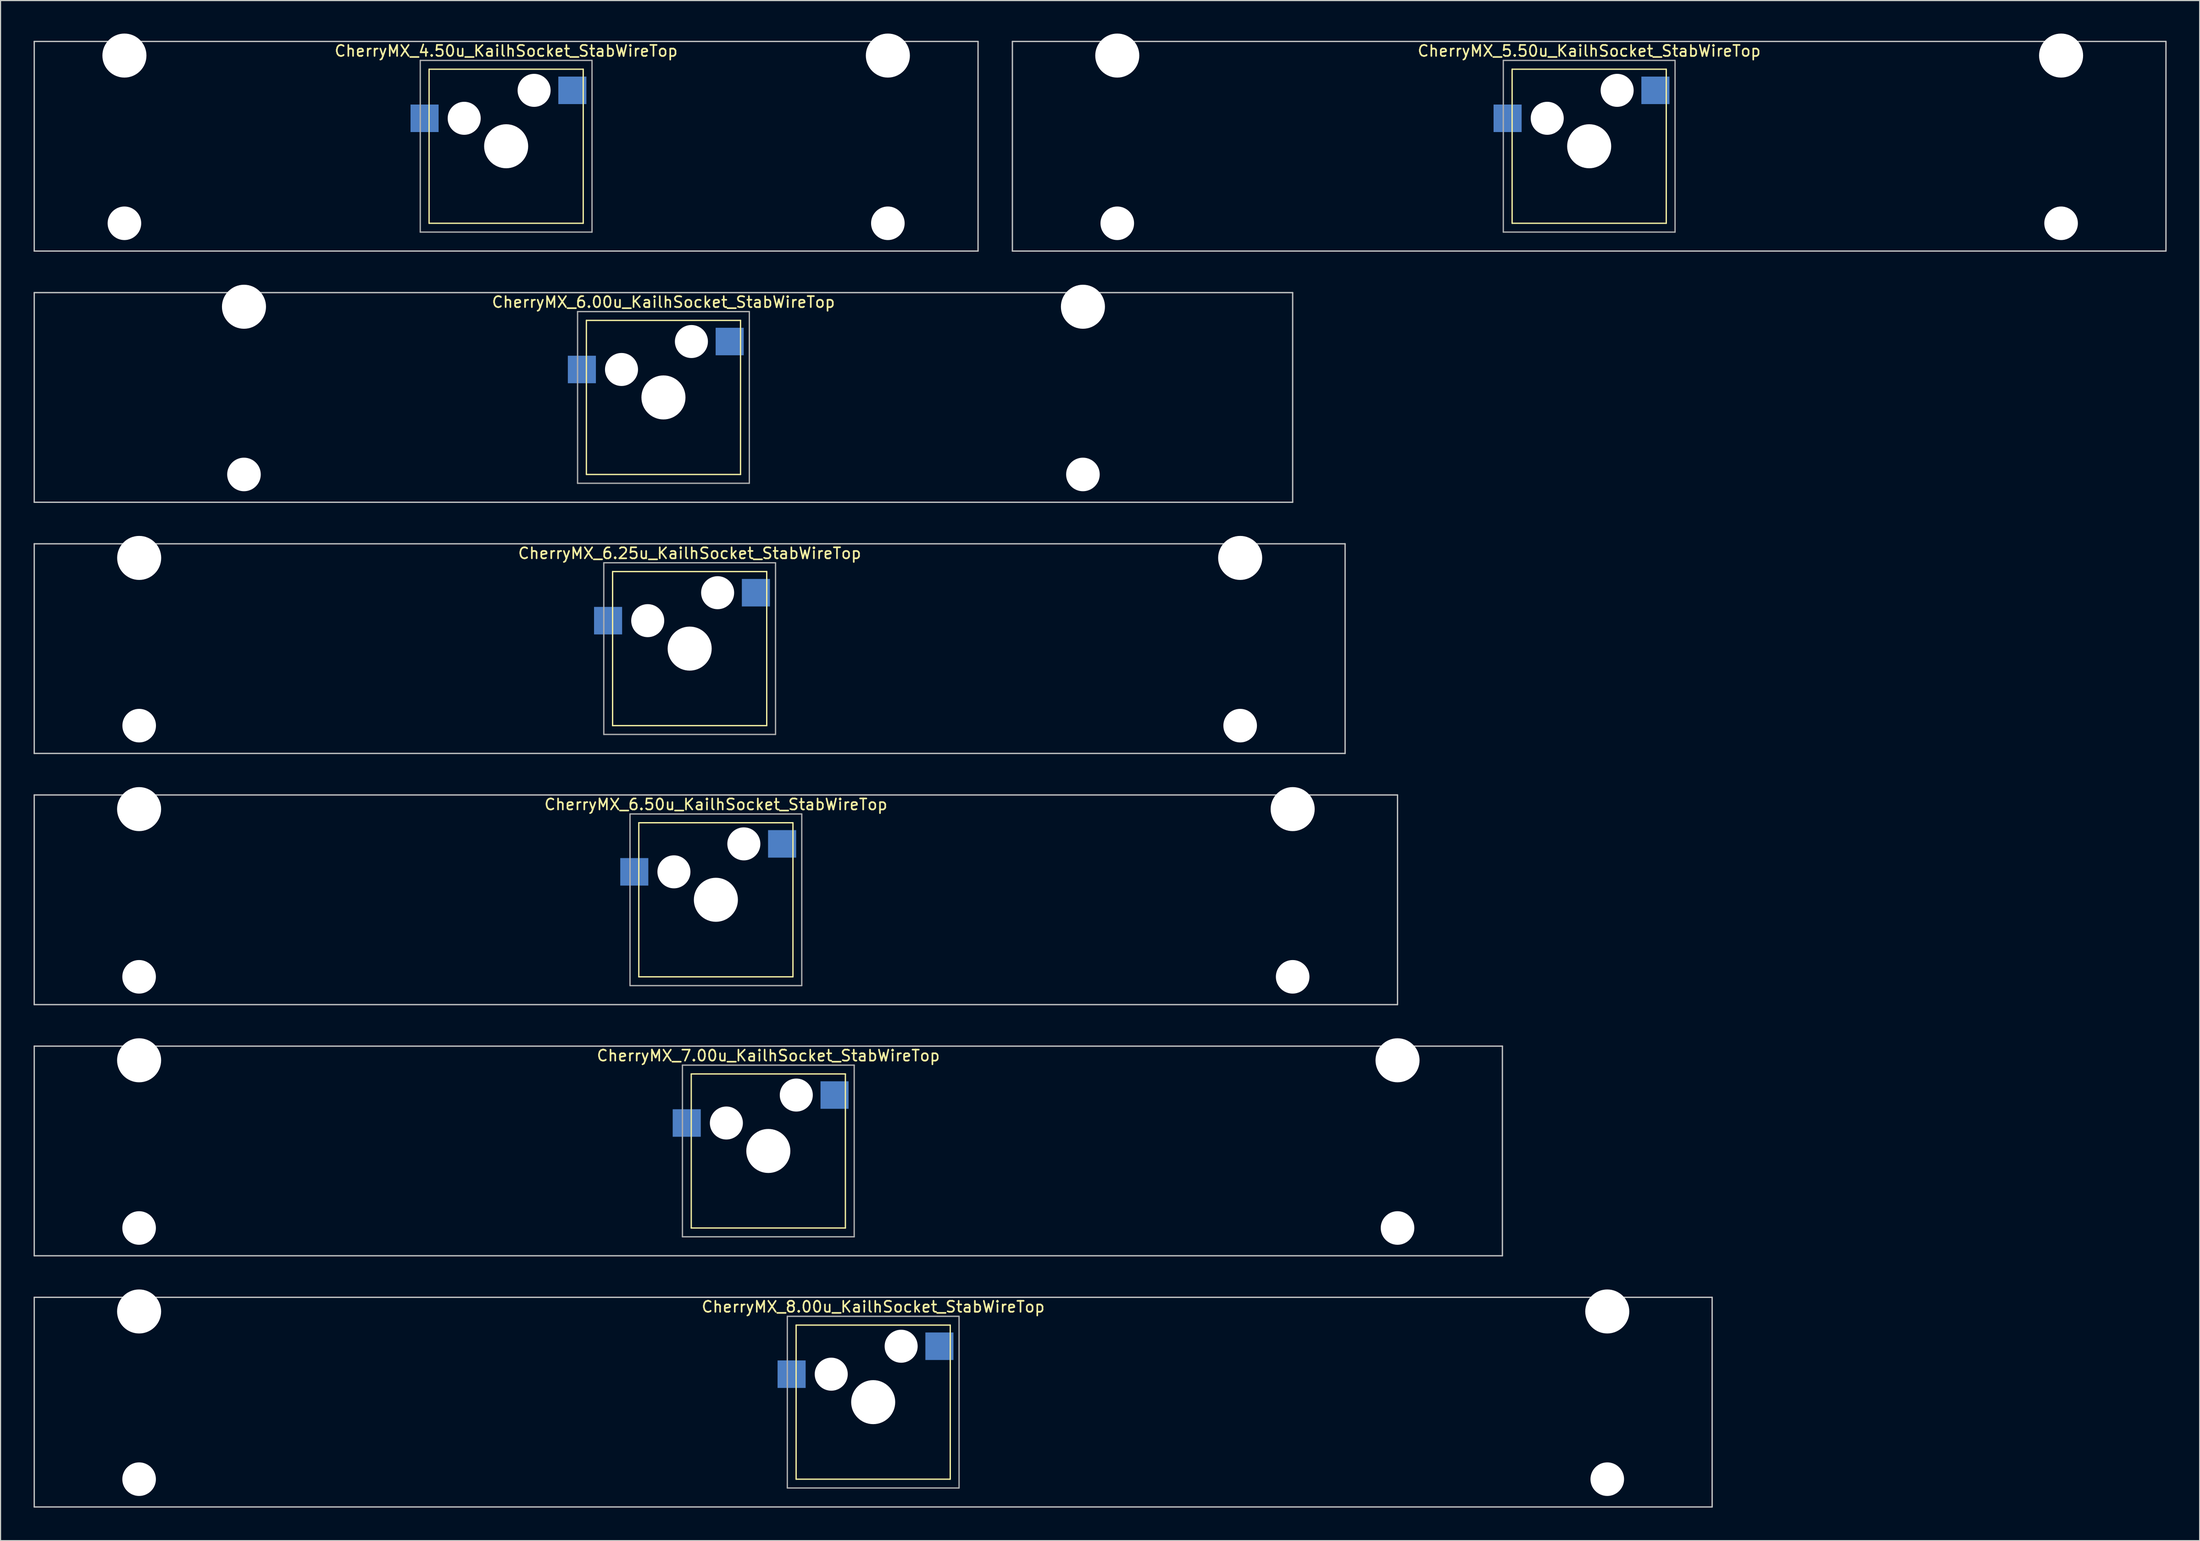
<source format=kicad_pcb>
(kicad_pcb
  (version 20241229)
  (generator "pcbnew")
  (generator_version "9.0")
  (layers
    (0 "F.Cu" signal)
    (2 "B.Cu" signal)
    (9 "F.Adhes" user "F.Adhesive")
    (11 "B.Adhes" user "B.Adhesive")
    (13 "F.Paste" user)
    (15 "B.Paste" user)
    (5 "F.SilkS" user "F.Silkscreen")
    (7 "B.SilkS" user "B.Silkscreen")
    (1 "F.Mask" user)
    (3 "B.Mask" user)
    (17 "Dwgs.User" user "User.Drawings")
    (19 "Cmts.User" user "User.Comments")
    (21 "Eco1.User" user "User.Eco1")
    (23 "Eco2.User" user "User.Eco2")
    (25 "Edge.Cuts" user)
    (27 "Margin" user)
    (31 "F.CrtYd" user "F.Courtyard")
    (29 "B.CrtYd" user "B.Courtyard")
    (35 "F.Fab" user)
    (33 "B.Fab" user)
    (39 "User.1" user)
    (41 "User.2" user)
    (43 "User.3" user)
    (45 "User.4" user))
  (footprint "CherryMX_6.00u_KailhSocket_StabWireTop"
    (layer "F.Cu")
    (at 57.21 33.065)
    (property "Reference" "CherryMX_6.00u_KailhSocket_StabWireTop" (at 0 -8.662 0) (layer "F.SilkS") (effects (font (size 1 1) (thickness 0.15))))
    (attr through_hole)
    (fp_line (start -7 -7) (end -7 7) (stroke (width 0.12) (type solid)) (layer "F.SilkS"))
    (fp_line (start -7 -7) (end 7 -7) (stroke (width 0.12) (type solid)) (layer "F.SilkS"))
    (fp_line (start 7 -7) (end 7 7) (stroke (width 0.12) (type solid)) (layer "F.SilkS"))
    (fp_line (start 7 7) (end -7 7) (stroke (width 0.12) (type solid)) (layer "F.SilkS"))
    (fp_line (start -57.15 -9.525) (end 57.15 -9.525) (stroke (width 0.12) (type solid)) (layer "Dwgs.User"))
    (fp_line (start -57.15 9.525) (end -57.15 -9.525) (stroke (width 0.12) (type solid)) (layer "Dwgs.User"))
    (fp_line (start 57.15 -9.525) (end 57.15 9.525) (stroke (width 0.12) (type solid)) (layer "Dwgs.User"))
    (fp_line (start 57.15 9.525) (end -57.15 9.525) (stroke (width 0.12) (type solid)) (layer "Dwgs.User"))
    (fp_line (start -7.8 -7.8) (end -7.8 7.8) (stroke (width 0.12) (type solid)) (layer "F.Fab"))
    (fp_line (start -7.8 -7.8) (end 7.8 -7.8) (stroke (width 0.12) (type solid)) (layer "F.Fab"))
    (fp_line (start -7.8 7.8) (end 7.8 7.8) (stroke (width 0.12) (type solid)) (layer "F.Fab"))
    (fp_line (start 7.8 -7.8) (end 7.8 7.8) (stroke (width 0.12) (type solid)) (layer "F.Fab"))
    (pad "" np_thru_hole circle (at -38.1 -8.24) (size 4 4) (drill 4) (layers "*.Cu" "*.Mask"))
    (pad "" np_thru_hole circle (at -38.1 7) (size 3.05 3.05) (drill 3.05) (layers "*.Cu" "*.Mask"))
    (pad "" np_thru_hole circle (at -3.81 -2.54) (size 3 3) (drill 3) (layers "*.Cu" "*.Mask"))
    (pad "" np_thru_hole circle (at 0 0) (size 4 4) (drill 4) (layers "*.Cu" "*.Mask"))
    (pad "" np_thru_hole circle (at 2.54 -5.08) (size 3 3) (drill 3) (layers "*.Cu" "*.Mask"))
    (pad "" np_thru_hole circle (at 38.1 -8.24) (size 4 4) (drill 4) (layers "*.Cu" "*.Mask"))
    (pad "" np_thru_hole circle (at 38.1 7) (size 3.05 3.05) (drill 3.05) (layers "*.Cu" "*.Mask"))
    (pad "1" smd rect (at -7.41 -2.54) (size 2.55 2.5) (layers "B.Cu" "B.Mask" "B.Paste"))
    (pad "2" smd rect (at 6.015 -5.08) (size 2.55 2.5) (layers "B.Cu" "B.Mask" "B.Paste")))
  (footprint "CherryMX_4.50u_KailhSocket_StabWireTop"
    (layer "F.Cu")
    (at 42.922 10.24)
    (property "Reference" "CherryMX_4.50u_KailhSocket_StabWireTop" (at 0 -8.662 0) (layer "F.SilkS") (effects (font (size 1 1) (thickness 0.15))))
    (attr through_hole)
    (fp_line (start -7 -7) (end -7 7) (stroke (width 0.12) (type solid)) (layer "F.SilkS"))
    (fp_line (start -7 -7) (end 7 -7) (stroke (width 0.12) (type solid)) (layer "F.SilkS"))
    (fp_line (start 7 -7) (end 7 7) (stroke (width 0.12) (type solid)) (layer "F.SilkS"))
    (fp_line (start 7 7) (end -7 7) (stroke (width 0.12) (type solid)) (layer "F.SilkS"))
    (fp_line (start -42.862 -9.525) (end 42.862 -9.525) (stroke (width 0.12) (type solid)) (layer "Dwgs.User"))
    (fp_line (start -42.862 9.525) (end -42.862 -9.525) (stroke (width 0.12) (type solid)) (layer "Dwgs.User"))
    (fp_line (start 42.862 -9.525) (end 42.862 9.525) (stroke (width 0.12) (type solid)) (layer "Dwgs.User"))
    (fp_line (start 42.862 9.525) (end -42.862 9.525) (stroke (width 0.12) (type solid)) (layer "Dwgs.User"))
    (fp_line (start -7.8 -7.8) (end -7.8 7.8) (stroke (width 0.12) (type solid)) (layer "F.Fab"))
    (fp_line (start -7.8 -7.8) (end 7.8 -7.8) (stroke (width 0.12) (type solid)) (layer "F.Fab"))
    (fp_line (start -7.8 7.8) (end 7.8 7.8) (stroke (width 0.12) (type solid)) (layer "F.Fab"))
    (fp_line (start 7.8 -7.8) (end 7.8 7.8) (stroke (width 0.12) (type solid)) (layer "F.Fab"))
    (pad "" np_thru_hole circle (at -34.671 -8.24) (size 4 4) (drill 4) (layers "*.Cu" "*.Mask"))
    (pad "" np_thru_hole circle (at -34.671 7) (size 3.05 3.05) (drill 3.05) (layers "*.Cu" "*.Mask"))
    (pad "" np_thru_hole circle (at -3.81 -2.54) (size 3 3) (drill 3) (layers "*.Cu" "*.Mask"))
    (pad "" np_thru_hole circle (at 0 0) (size 4 4) (drill 4) (layers "*.Cu" "*.Mask"))
    (pad "" np_thru_hole circle (at 2.54 -5.08) (size 3 3) (drill 3) (layers "*.Cu" "*.Mask"))
    (pad "" np_thru_hole circle (at 34.671 -8.24) (size 4 4) (drill 4) (layers "*.Cu" "*.Mask"))
    (pad "" np_thru_hole circle (at 34.671 7) (size 3.05 3.05) (drill 3.05) (layers "*.Cu" "*.Mask"))
    (pad "1" smd rect (at -7.41 -2.54) (size 2.55 2.5) (layers "B.Cu" "B.Mask" "B.Paste"))
    (pad "2" smd rect (at 6.015 -5.08) (size 2.55 2.5) (layers "B.Cu" "B.Mask" "B.Paste")))
  (footprint "CherryMX_6.25u_KailhSocket_StabWireTop"
    (layer "F.Cu")
    (at 59.591 55.89)
    (property "Reference" "CherryMX_6.25u_KailhSocket_StabWireTop" (at 0 -8.662 0) (layer "F.SilkS") (effects (font (size 1 1) (thickness 0.15))))
    (attr through_hole)
    (fp_line (start -7 -7) (end -7 7) (stroke (width 0.12) (type solid)) (layer "F.SilkS"))
    (fp_line (start -7 -7) (end 7 -7) (stroke (width 0.12) (type solid)) (layer "F.SilkS"))
    (fp_line (start 7 -7) (end 7 7) (stroke (width 0.12) (type solid)) (layer "F.SilkS"))
    (fp_line (start 7 7) (end -7 7) (stroke (width 0.12) (type solid)) (layer "F.SilkS"))
    (fp_line (start -59.531 -9.525) (end 59.531 -9.525) (stroke (width 0.12) (type solid)) (layer "Dwgs.User"))
    (fp_line (start -59.531 9.525) (end -59.531 -9.525) (stroke (width 0.12) (type solid)) (layer "Dwgs.User"))
    (fp_line (start 59.531 -9.525) (end 59.531 9.525) (stroke (width 0.12) (type solid)) (layer "Dwgs.User"))
    (fp_line (start 59.531 9.525) (end -59.531 9.525) (stroke (width 0.12) (type solid)) (layer "Dwgs.User"))
    (fp_line (start -7.8 -7.8) (end -7.8 7.8) (stroke (width 0.12) (type solid)) (layer "F.Fab"))
    (fp_line (start -7.8 -7.8) (end 7.8 -7.8) (stroke (width 0.12) (type solid)) (layer "F.Fab"))
    (fp_line (start -7.8 7.8) (end 7.8 7.8) (stroke (width 0.12) (type solid)) (layer "F.Fab"))
    (fp_line (start 7.8 -7.8) (end 7.8 7.8) (stroke (width 0.12) (type solid)) (layer "F.Fab"))
    (pad "" np_thru_hole circle (at -50 -8.24) (size 4 4) (drill 4) (layers "*.Cu" "*.Mask"))
    (pad "" np_thru_hole circle (at -50 7) (size 3.05 3.05) (drill 3.05) (layers "*.Cu" "*.Mask"))
    (pad "" np_thru_hole circle (at -3.81 -2.54) (size 3 3) (drill 3) (layers "*.Cu" "*.Mask"))
    (pad "" np_thru_hole circle (at 0 0) (size 4 4) (drill 4) (layers "*.Cu" "*.Mask"))
    (pad "" np_thru_hole circle (at 2.54 -5.08) (size 3 3) (drill 3) (layers "*.Cu" "*.Mask"))
    (pad "" np_thru_hole circle (at 50 -8.24) (size 4 4) (drill 4) (layers "*.Cu" "*.Mask"))
    (pad "" np_thru_hole circle (at 50 7) (size 3.05 3.05) (drill 3.05) (layers "*.Cu" "*.Mask"))
    (pad "1" smd rect (at -7.41 -2.54) (size 2.55 2.5) (layers "B.Cu" "B.Mask" "B.Paste"))
    (pad "2" smd rect (at 6.015 -5.08) (size 2.55 2.5) (layers "B.Cu" "B.Mask" "B.Paste")))
  (footprint "CherryMX_8.00u_KailhSocket_StabWireTop"
    (layer "F.Cu")
    (at 76.26 124.365)
    (property "Reference" "CherryMX_8.00u_KailhSocket_StabWireTop" (at 0 -8.662 0) (layer "F.SilkS") (effects (font (size 1 1) (thickness 0.15))))
    (attr through_hole)
    (fp_line (start -7 -7) (end -7 7) (stroke (width 0.12) (type solid)) (layer "F.SilkS"))
    (fp_line (start -7 -7) (end 7 -7) (stroke (width 0.12) (type solid)) (layer "F.SilkS"))
    (fp_line (start 7 -7) (end 7 7) (stroke (width 0.12) (type solid)) (layer "F.SilkS"))
    (fp_line (start 7 7) (end -7 7) (stroke (width 0.12) (type solid)) (layer "F.SilkS"))
    (fp_line (start -76.2 -9.525) (end 76.2 -9.525) (stroke (width 0.12) (type solid)) (layer "Dwgs.User"))
    (fp_line (start -76.2 9.525) (end -76.2 -9.525) (stroke (width 0.12) (type solid)) (layer "Dwgs.User"))
    (fp_line (start 76.2 -9.525) (end 76.2 9.525) (stroke (width 0.12) (type solid)) (layer "Dwgs.User"))
    (fp_line (start 76.2 9.525) (end -76.2 9.525) (stroke (width 0.12) (type solid)) (layer "Dwgs.User"))
    (fp_line (start -7.8 -7.8) (end -7.8 7.8) (stroke (width 0.12) (type solid)) (layer "F.Fab"))
    (fp_line (start -7.8 -7.8) (end 7.8 -7.8) (stroke (width 0.12) (type solid)) (layer "F.Fab"))
    (fp_line (start -7.8 7.8) (end 7.8 7.8) (stroke (width 0.12) (type solid)) (layer "F.Fab"))
    (fp_line (start 7.8 -7.8) (end 7.8 7.8) (stroke (width 0.12) (type solid)) (layer "F.Fab"))
    (pad "" np_thru_hole circle (at -66.675 -8.24) (size 4 4) (drill 4) (layers "*.Cu" "*.Mask"))
    (pad "" np_thru_hole circle (at -66.675 7) (size 3.05 3.05) (drill 3.05) (layers "*.Cu" "*.Mask"))
    (pad "" np_thru_hole circle (at -3.81 -2.54) (size 3 3) (drill 3) (layers "*.Cu" "*.Mask"))
    (pad "" np_thru_hole circle (at 0 0) (size 4 4) (drill 4) (layers "*.Cu" "*.Mask"))
    (pad "" np_thru_hole circle (at 2.54 -5.08) (size 3 3) (drill 3) (layers "*.Cu" "*.Mask"))
    (pad "" np_thru_hole circle (at 66.675 -8.24) (size 4 4) (drill 4) (layers "*.Cu" "*.Mask"))
    (pad "" np_thru_hole circle (at 66.675 7) (size 3.05 3.05) (drill 3.05) (layers "*.Cu" "*.Mask"))
    (pad "1" smd rect (at -7.41 -2.54) (size 2.55 2.5) (layers "B.Cu" "B.Mask" "B.Paste"))
    (pad "2" smd rect (at 6.015 -5.08) (size 2.55 2.5) (layers "B.Cu" "B.Mask" "B.Paste")))
  (footprint "CherryMX_6.50u_KailhSocket_StabWireTop"
    (layer "F.Cu")
    (at 61.972 78.715)
    (property "Reference" "CherryMX_6.50u_KailhSocket_StabWireTop" (at 0 -8.662 0) (layer "F.SilkS") (effects (font (size 1 1) (thickness 0.15))))
    (attr through_hole)
    (fp_line (start -7 -7) (end -7 7) (stroke (width 0.12) (type solid)) (layer "F.SilkS"))
    (fp_line (start -7 -7) (end 7 -7) (stroke (width 0.12) (type solid)) (layer "F.SilkS"))
    (fp_line (start 7 -7) (end 7 7) (stroke (width 0.12) (type solid)) (layer "F.SilkS"))
    (fp_line (start 7 7) (end -7 7) (stroke (width 0.12) (type solid)) (layer "F.SilkS"))
    (fp_line (start -61.913 -9.525) (end 61.913 -9.525) (stroke (width 0.12) (type solid)) (layer "Dwgs.User"))
    (fp_line (start -61.913 9.525) (end -61.913 -9.525) (stroke (width 0.12) (type solid)) (layer "Dwgs.User"))
    (fp_line (start 61.913 -9.525) (end 61.913 9.525) (stroke (width 0.12) (type solid)) (layer "Dwgs.User"))
    (fp_line (start 61.913 9.525) (end -61.913 9.525) (stroke (width 0.12) (type solid)) (layer "Dwgs.User"))
    (fp_line (start -7.8 -7.8) (end -7.8 7.8) (stroke (width 0.12) (type solid)) (layer "F.Fab"))
    (fp_line (start -7.8 -7.8) (end 7.8 -7.8) (stroke (width 0.12) (type solid)) (layer "F.Fab"))
    (fp_line (start -7.8 7.8) (end 7.8 7.8) (stroke (width 0.12) (type solid)) (layer "F.Fab"))
    (fp_line (start 7.8 -7.8) (end 7.8 7.8) (stroke (width 0.12) (type solid)) (layer "F.Fab"))
    (pad "" np_thru_hole circle (at -52.388 -8.24) (size 4 4) (drill 4) (layers "*.Cu" "*.Mask"))
    (pad "" np_thru_hole circle (at -52.388 7) (size 3.05 3.05) (drill 3.05) (layers "*.Cu" "*.Mask"))
    (pad "" np_thru_hole circle (at -3.81 -2.54) (size 3 3) (drill 3) (layers "*.Cu" "*.Mask"))
    (pad "" np_thru_hole circle (at 0 0) (size 4 4) (drill 4) (layers "*.Cu" "*.Mask"))
    (pad "" np_thru_hole circle (at 2.54 -5.08) (size 3 3) (drill 3) (layers "*.Cu" "*.Mask"))
    (pad "" np_thru_hole circle (at 52.388 -8.24) (size 4 4) (drill 4) (layers "*.Cu" "*.Mask"))
    (pad "" np_thru_hole circle (at 52.388 7) (size 3.05 3.05) (drill 3.05) (layers "*.Cu" "*.Mask"))
    (pad "1" smd rect (at -7.41 -2.54) (size 2.55 2.5) (layers "B.Cu" "B.Mask" "B.Paste"))
    (pad "2" smd rect (at 6.015 -5.08) (size 2.55 2.5) (layers "B.Cu" "B.Mask" "B.Paste")))
  (footprint "CherryMX_5.50u_KailhSocket_StabWireTop"
    (layer "F.Cu")
    (at 141.292 10.24)
    (property "Reference" "CherryMX_5.50u_KailhSocket_StabWireTop" (at 0 -8.662 0) (layer "F.SilkS") (effects (font (size 1 1) (thickness 0.15))))
    (attr through_hole)
    (fp_line (start -7 -7) (end -7 7) (stroke (width 0.12) (type solid)) (layer "F.SilkS"))
    (fp_line (start -7 -7) (end 7 -7) (stroke (width 0.12) (type solid)) (layer "F.SilkS"))
    (fp_line (start 7 -7) (end 7 7) (stroke (width 0.12) (type solid)) (layer "F.SilkS"))
    (fp_line (start 7 7) (end -7 7) (stroke (width 0.12) (type solid)) (layer "F.SilkS"))
    (fp_line (start -52.388 -9.525) (end 52.388 -9.525) (stroke (width 0.12) (type solid)) (layer "Dwgs.User"))
    (fp_line (start -52.388 9.525) (end -52.388 -9.525) (stroke (width 0.12) (type solid)) (layer "Dwgs.User"))
    (fp_line (start 52.388 -9.525) (end 52.388 9.525) (stroke (width 0.12) (type solid)) (layer "Dwgs.User"))
    (fp_line (start 52.388 9.525) (end -52.388 9.525) (stroke (width 0.12) (type solid)) (layer "Dwgs.User"))
    (fp_line (start -7.8 -7.8) (end -7.8 7.8) (stroke (width 0.12) (type solid)) (layer "F.Fab"))
    (fp_line (start -7.8 -7.8) (end 7.8 -7.8) (stroke (width 0.12) (type solid)) (layer "F.Fab"))
    (fp_line (start -7.8 7.8) (end 7.8 7.8) (stroke (width 0.12) (type solid)) (layer "F.Fab"))
    (fp_line (start 7.8 -7.8) (end 7.8 7.8) (stroke (width 0.12) (type solid)) (layer "F.Fab"))
    (pad "" np_thru_hole circle (at -42.862 -8.24) (size 4 4) (drill 4) (layers "*.Cu" "*.Mask"))
    (pad "" np_thru_hole circle (at -42.862 7) (size 3.05 3.05) (drill 3.05) (layers "*.Cu" "*.Mask"))
    (pad "" np_thru_hole circle (at -3.81 -2.54) (size 3 3) (drill 3) (layers "*.Cu" "*.Mask"))
    (pad "" np_thru_hole circle (at 0 0) (size 4 4) (drill 4) (layers "*.Cu" "*.Mask"))
    (pad "" np_thru_hole circle (at 2.54 -5.08) (size 3 3) (drill 3) (layers "*.Cu" "*.Mask"))
    (pad "" np_thru_hole circle (at 42.862 -8.24) (size 4 4) (drill 4) (layers "*.Cu" "*.Mask"))
    (pad "" np_thru_hole circle (at 42.862 7) (size 3.05 3.05) (drill 3.05) (layers "*.Cu" "*.Mask"))
    (pad "1" smd rect (at -7.41 -2.54) (size 2.55 2.5) (layers "B.Cu" "B.Mask" "B.Paste"))
    (pad "2" smd rect (at 6.015 -5.08) (size 2.55 2.5) (layers "B.Cu" "B.Mask" "B.Paste")))
  (footprint "CherryMX_7.00u_KailhSocket_StabWireTop"
    (layer "F.Cu")
    (at 66.735 101.54)
    (property "Reference" "CherryMX_7.00u_KailhSocket_StabWireTop" (at 0 -8.662 0) (layer "F.SilkS") (effects (font (size 1 1) (thickness 0.15))))
    (attr through_hole)
    (fp_line (start -7 -7) (end -7 7) (stroke (width 0.12) (type solid)) (layer "F.SilkS"))
    (fp_line (start -7 -7) (end 7 -7) (stroke (width 0.12) (type solid)) (layer "F.SilkS"))
    (fp_line (start 7 -7) (end 7 7) (stroke (width 0.12) (type solid)) (layer "F.SilkS"))
    (fp_line (start 7 7) (end -7 7) (stroke (width 0.12) (type solid)) (layer "F.SilkS"))
    (fp_line (start -66.675 -9.525) (end 66.675 -9.525) (stroke (width 0.12) (type solid)) (layer "Dwgs.User"))
    (fp_line (start -66.675 9.525) (end -66.675 -9.525) (stroke (width 0.12) (type solid)) (layer "Dwgs.User"))
    (fp_line (start 66.675 -9.525) (end 66.675 9.525) (stroke (width 0.12) (type solid)) (layer "Dwgs.User"))
    (fp_line (start 66.675 9.525) (end -66.675 9.525) (stroke (width 0.12) (type solid)) (layer "Dwgs.User"))
    (fp_line (start -7.8 -7.8) (end -7.8 7.8) (stroke (width 0.12) (type solid)) (layer "F.Fab"))
    (fp_line (start -7.8 -7.8) (end 7.8 -7.8) (stroke (width 0.12) (type solid)) (layer "F.Fab"))
    (fp_line (start -7.8 7.8) (end 7.8 7.8) (stroke (width 0.12) (type solid)) (layer "F.Fab"))
    (fp_line (start 7.8 -7.8) (end 7.8 7.8) (stroke (width 0.12) (type solid)) (layer "F.Fab"))
    (pad "" np_thru_hole circle (at -57.15 -8.24) (size 4 4) (drill 4) (layers "*.Cu" "*.Mask"))
    (pad "" np_thru_hole circle (at -57.15 7) (size 3.05 3.05) (drill 3.05) (layers "*.Cu" "*.Mask"))
    (pad "" np_thru_hole circle (at -3.81 -2.54) (size 3 3) (drill 3) (layers "*.Cu" "*.Mask"))
    (pad "" np_thru_hole circle (at 0 0) (size 4 4) (drill 4) (layers "*.Cu" "*.Mask"))
    (pad "" np_thru_hole circle (at 2.54 -5.08) (size 3 3) (drill 3) (layers "*.Cu" "*.Mask"))
    (pad "" np_thru_hole circle (at 57.15 -8.24) (size 4 4) (drill 4) (layers "*.Cu" "*.Mask"))
    (pad "" np_thru_hole circle (at 57.15 7) (size 3.05 3.05) (drill 3.05) (layers "*.Cu" "*.Mask"))
    (pad "1" smd rect (at -7.41 -2.54) (size 2.55 2.5) (layers "B.Cu" "B.Mask" "B.Paste"))
    (pad "2" smd rect (at 6.015 -5.08) (size 2.55 2.5) (layers "B.Cu" "B.Mask" "B.Paste")))
  (gr_rect
    (start -3 -3)
    (end 196.74 136.95)
    (stroke (width 0.1) (type default))
    (fill no)
    (layer "Edge.Cuts")))
</source>
